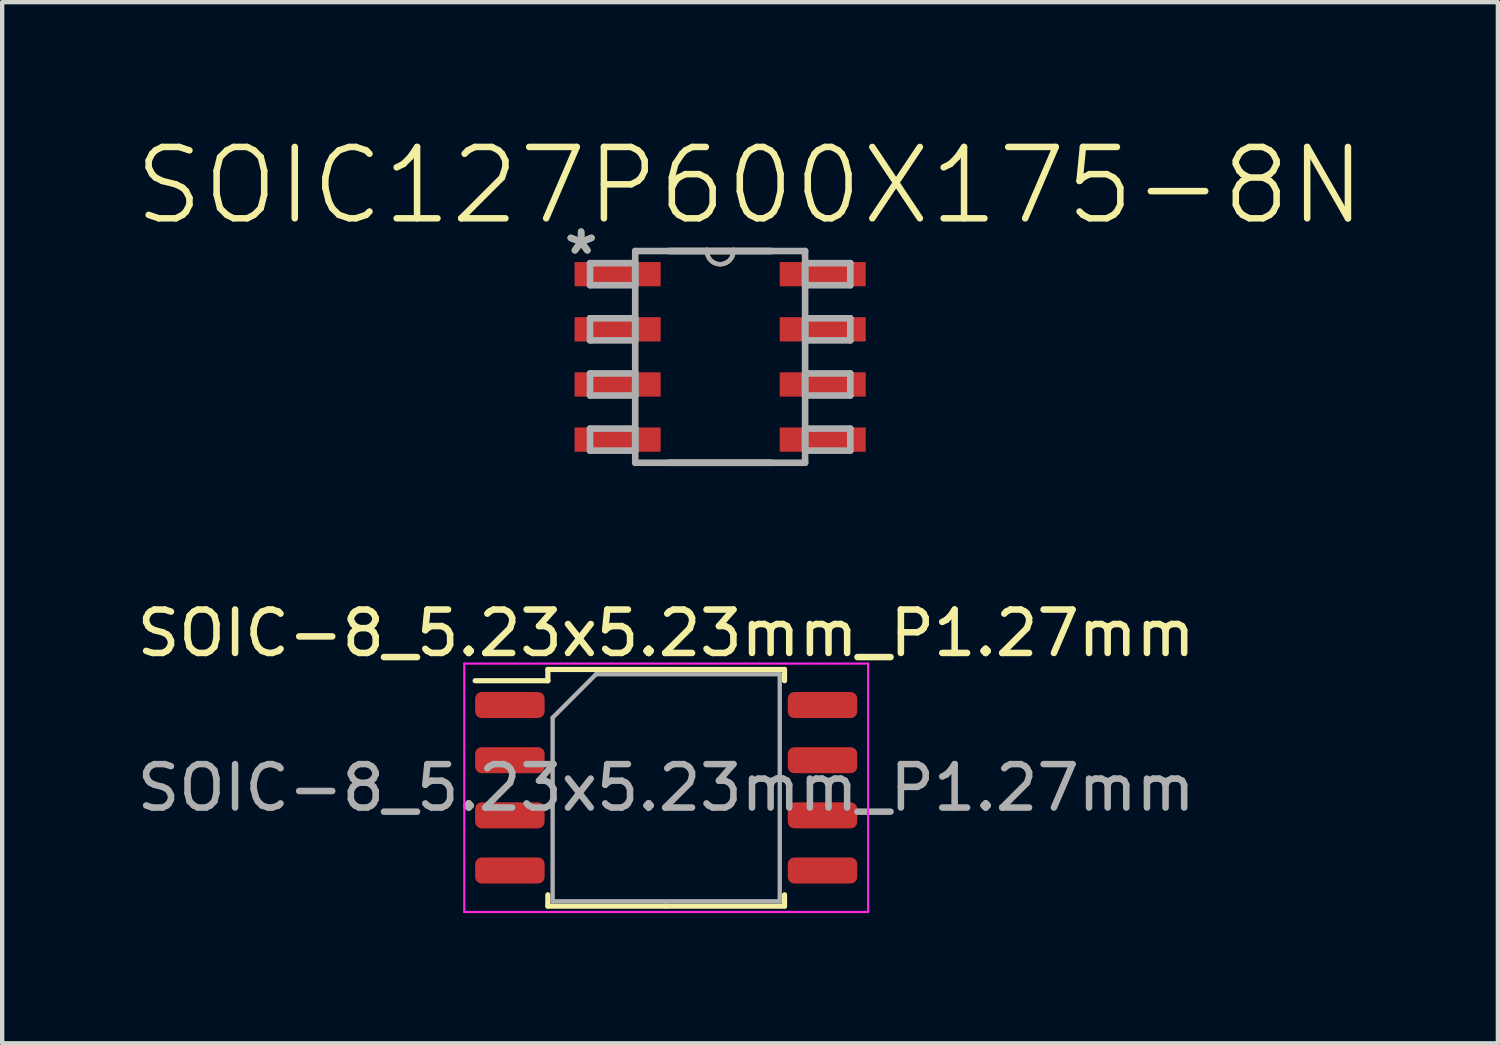
<source format=kicad_pcb>
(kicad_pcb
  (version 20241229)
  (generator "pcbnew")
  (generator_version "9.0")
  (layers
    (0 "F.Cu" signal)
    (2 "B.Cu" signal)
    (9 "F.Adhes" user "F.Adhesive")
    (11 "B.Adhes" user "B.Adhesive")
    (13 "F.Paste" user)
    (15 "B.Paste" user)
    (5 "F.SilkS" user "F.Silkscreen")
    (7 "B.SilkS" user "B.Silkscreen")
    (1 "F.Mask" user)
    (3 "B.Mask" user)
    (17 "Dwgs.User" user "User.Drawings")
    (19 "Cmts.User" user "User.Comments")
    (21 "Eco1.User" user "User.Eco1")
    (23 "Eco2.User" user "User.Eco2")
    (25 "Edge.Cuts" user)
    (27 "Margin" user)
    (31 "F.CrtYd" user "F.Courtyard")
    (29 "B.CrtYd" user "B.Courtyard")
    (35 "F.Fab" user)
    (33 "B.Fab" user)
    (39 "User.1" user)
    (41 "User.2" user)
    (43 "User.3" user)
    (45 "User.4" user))
  (footprint "SOIC127P600X175-8N"
    (layer "F.Cu")
    (at 13.535 5.169)
    (property "Reference" "SOIC127P600X175-8N" (at 0.687 -3.944 0) (layer "F.SilkS") (effects (font (size 1.643 1.643) (thickness 0.15))))
    (attr through_hole)
    (fp_line (start -1.168 2.438) (end 1.168 2.438) (stroke (width 0.152) (type solid)) (layer "F.SilkS"))
    (fp_line (start -0.305 -2.438) (end -1.168 -2.438) (stroke (width 0.152) (type solid)) (layer "F.SilkS"))
    (fp_line (start 0.305 -2.438) (end -0.305 -2.438) (stroke (width 0.152) (type solid)) (layer "F.SilkS"))
    (fp_line (start 1.168 -2.438) (end 0.305 -2.438) (stroke (width 0.152) (type solid)) (layer "F.SilkS"))
    (fp_arc (start 0.3048 -2.4384) (mid 0 -2.1336) (end -0.3048 -2.4384) (stroke (width 0.1) (type solid)) (layer "F.SilkS"))
    (fp_line (start -2.997 -2.159) (end -2.997 -1.651) (stroke (width 0.152) (type solid)) (layer "F.Fab"))
    (fp_line (start -2.997 -1.651) (end -1.956 -1.651) (stroke (width 0.152) (type solid)) (layer "F.Fab"))
    (fp_line (start -2.997 -0.889) (end -2.997 -0.381) (stroke (width 0.152) (type solid)) (layer "F.Fab"))
    (fp_line (start -2.997 -0.381) (end -1.956 -0.381) (stroke (width 0.152) (type solid)) (layer "F.Fab"))
    (fp_line (start -2.997 0.381) (end -2.997 0.889) (stroke (width 0.152) (type solid)) (layer "F.Fab"))
    (fp_line (start -2.997 0.889) (end -1.956 0.889) (stroke (width 0.152) (type solid)) (layer "F.Fab"))
    (fp_line (start -2.997 1.651) (end -2.997 2.159) (stroke (width 0.152) (type solid)) (layer "F.Fab"))
    (fp_line (start -2.997 2.159) (end -1.956 2.159) (stroke (width 0.152) (type solid)) (layer "F.Fab"))
    (fp_line (start -1.956 -2.438) (end -1.956 2.438) (stroke (width 0.152) (type solid)) (layer "F.Fab"))
    (fp_line (start -1.956 -2.159) (end -2.997 -2.159) (stroke (width 0.152) (type solid)) (layer "F.Fab"))
    (fp_line (start -1.956 -1.651) (end -1.956 -2.159) (stroke (width 0.152) (type solid)) (layer "F.Fab"))
    (fp_line (start -1.956 -0.889) (end -2.997 -0.889) (stroke (width 0.152) (type solid)) (layer "F.Fab"))
    (fp_line (start -1.956 -0.381) (end -1.956 -0.889) (stroke (width 0.152) (type solid)) (layer "F.Fab"))
    (fp_line (start -1.956 0.381) (end -2.997 0.381) (stroke (width 0.152) (type solid)) (layer "F.Fab"))
    (fp_line (start -1.956 0.889) (end -1.956 0.381) (stroke (width 0.152) (type solid)) (layer "F.Fab"))
    (fp_line (start -1.956 1.651) (end -2.997 1.651) (stroke (width 0.152) (type solid)) (layer "F.Fab"))
    (fp_line (start -1.956 2.159) (end -1.956 1.651) (stroke (width 0.152) (type solid)) (layer "F.Fab"))
    (fp_line (start -1.956 2.438) (end 1.956 2.438) (stroke (width 0.152) (type solid)) (layer "F.Fab"))
    (fp_line (start -0.305 -2.438) (end -1.956 -2.438) (stroke (width 0.152) (type solid)) (layer "F.Fab"))
    (fp_line (start 0.305 -2.438) (end -0.305 -2.438) (stroke (width 0.152) (type solid)) (layer "F.Fab"))
    (fp_line (start 1.956 -2.438) (end 0.305 -2.438) (stroke (width 0.152) (type solid)) (layer "F.Fab"))
    (fp_line (start 1.956 -2.159) (end 1.956 -1.651) (stroke (width 0.152) (type solid)) (layer "F.Fab"))
    (fp_line (start 1.956 -1.651) (end 2.997 -1.651) (stroke (width 0.152) (type solid)) (layer "F.Fab"))
    (fp_line (start 1.956 -0.889) (end 1.956 -0.381) (stroke (width 0.152) (type solid)) (layer "F.Fab"))
    (fp_line (start 1.956 -0.381) (end 2.997 -0.381) (stroke (width 0.152) (type solid)) (layer "F.Fab"))
    (fp_line (start 1.956 0.381) (end 1.956 0.889) (stroke (width 0.152) (type solid)) (layer "F.Fab"))
    (fp_line (start 1.956 0.889) (end 2.997 0.889) (stroke (width 0.152) (type solid)) (layer "F.Fab"))
    (fp_line (start 1.956 1.651) (end 1.956 2.159) (stroke (width 0.152) (type solid)) (layer "F.Fab"))
    (fp_line (start 1.956 2.159) (end 2.997 2.159) (stroke (width 0.152) (type solid)) (layer "F.Fab"))
    (fp_line (start 1.956 2.438) (end 1.956 -2.438) (stroke (width 0.152) (type solid)) (layer "F.Fab"))
    (fp_line (start 2.997 -2.159) (end 1.956 -2.159) (stroke (width 0.152) (type solid)) (layer "F.Fab"))
    (fp_line (start 2.997 -1.651) (end 2.997 -2.159) (stroke (width 0.152) (type solid)) (layer "F.Fab"))
    (fp_line (start 2.997 -0.889) (end 1.956 -0.889) (stroke (width 0.152) (type solid)) (layer "F.Fab"))
    (fp_line (start 2.997 -0.381) (end 2.997 -0.889) (stroke (width 0.152) (type solid)) (layer "F.Fab"))
    (fp_line (start 2.997 0.381) (end 1.956 0.381) (stroke (width 0.152) (type solid)) (layer "F.Fab"))
    (fp_line (start 2.997 0.889) (end 2.997 0.381) (stroke (width 0.152) (type solid)) (layer "F.Fab"))
    (fp_line (start 2.997 1.651) (end 1.956 1.651) (stroke (width 0.152) (type solid)) (layer "F.Fab"))
    (fp_line (start 2.997 2.159) (end 2.997 1.651) (stroke (width 0.152) (type solid)) (layer "F.Fab"))
    (fp_arc (start 0.3048 -2.4384) (mid 0 -2.1336) (end -0.3048 -2.4384) (stroke (width 0.1) (type solid)) (layer "F.Fab"))
    (fp_text user "*" (at -3.203 -2.339 0) (layer "F.SilkS") (effects (font (size 1.001 1.001) (thickness 0.15))))
    (fp_text user "*" (at -3.201 -2.337 0) (layer "F.Fab") (effects (font (size 1 1) (thickness 0.15))))
    (pad "1" smd rect (at -2.362 -1.905) (size 1.981 0.559) (layers "F.Cu" "F.Mask" "F.Paste"))
    (pad "2" smd rect (at -2.362 -0.635) (size 1.981 0.559) (layers "F.Cu" "F.Mask" "F.Paste"))
    (pad "3" smd rect (at -2.362 0.635) (size 1.981 0.559) (layers "F.Cu" "F.Mask" "F.Paste"))
    (pad "4" smd rect (at -2.362 1.905) (size 1.981 0.559) (layers "F.Cu" "F.Mask" "F.Paste"))
    (pad "5" smd rect (at 2.362 1.905) (size 1.981 0.559) (layers "F.Cu" "F.Mask" "F.Paste"))
    (pad "6" smd rect (at 2.362 0.635) (size 1.981 0.559) (layers "F.Cu" "F.Mask" "F.Paste"))
    (pad "7" smd rect (at 2.362 -0.635) (size 1.981 0.559) (layers "F.Cu" "F.Mask" "F.Paste"))
    (pad "8" smd rect (at 2.362 -1.905) (size 1.981 0.559) (layers "F.Cu" "F.Mask" "F.Paste")))
  (footprint "SOIC-8_5.23x5.23mm_P1.27mm"
    (layer "F.Cu")
    (at 12.292 15.092)
    (property "Reference" "SOIC-8_5.23x5.23mm_P1.27mm" (at 0 -3.56 0) (layer "F.SilkS") (effects (font (size 1 1) (thickness 0.15))))
    (attr smd)
    (fp_line (start -2.725 -2.725) (end -2.725 -2.465) (stroke (width 0.12) (type solid)) (layer "F.SilkS"))
    (fp_line (start -2.725 -2.465) (end -4.4 -2.465) (stroke (width 0.12) (type solid)) (layer "F.SilkS"))
    (fp_line (start -2.725 2.725) (end -2.725 2.465) (stroke (width 0.12) (type solid)) (layer "F.SilkS"))
    (fp_line (start 0 -2.725) (end -2.725 -2.725) (stroke (width 0.12) (type solid)) (layer "F.SilkS"))
    (fp_line (start 0 -2.725) (end 2.725 -2.725) (stroke (width 0.12) (type solid)) (layer "F.SilkS"))
    (fp_line (start 0 2.725) (end -2.725 2.725) (stroke (width 0.12) (type solid)) (layer "F.SilkS"))
    (fp_line (start 0 2.725) (end 2.725 2.725) (stroke (width 0.12) (type solid)) (layer "F.SilkS"))
    (fp_line (start 2.725 -2.725) (end 2.725 -2.465) (stroke (width 0.12) (type solid)) (layer "F.SilkS"))
    (fp_line (start 2.725 2.725) (end 2.725 2.465) (stroke (width 0.12) (type solid)) (layer "F.SilkS"))
    (fp_line (start -4.65 -2.86) (end -4.65 2.86) (stroke (width 0.05) (type solid)) (layer "F.CrtYd"))
    (fp_line (start -4.65 2.86) (end 4.65 2.86) (stroke (width 0.05) (type solid)) (layer "F.CrtYd"))
    (fp_line (start 4.65 -2.86) (end -4.65 -2.86) (stroke (width 0.05) (type solid)) (layer "F.CrtYd"))
    (fp_line (start 4.65 2.86) (end 4.65 -2.86) (stroke (width 0.05) (type solid)) (layer "F.CrtYd"))
    (fp_line (start -2.615 -1.615) (end -1.615 -2.615) (stroke (width 0.1) (type solid)) (layer "F.Fab"))
    (fp_line (start -2.615 2.615) (end -2.615 -1.615) (stroke (width 0.1) (type solid)) (layer "F.Fab"))
    (fp_line (start -1.615 -2.615) (end 2.615 -2.615) (stroke (width 0.1) (type solid)) (layer "F.Fab"))
    (fp_line (start 2.615 -2.615) (end 2.615 2.615) (stroke (width 0.1) (type solid)) (layer "F.Fab"))
    (fp_line (start 2.615 2.615) (end -2.615 2.615) (stroke (width 0.1) (type solid)) (layer "F.Fab"))
    (fp_text user "${REFERENCE}" (at 0 0 0) (layer "F.Fab") (effects (font (size 1 1) (thickness 0.15))))
    (pad "1" smd roundrect (at -3.6 -1.905) (size 1.6 0.6) (layers "F.Cu" "F.Mask" "F.Paste") (roundrect_rratio 0.25))
    (pad "2" smd roundrect (at -3.6 -0.635) (size 1.6 0.6) (layers "F.Cu" "F.Mask" "F.Paste") (roundrect_rratio 0.25))
    (pad "3" smd roundrect (at -3.6 0.635) (size 1.6 0.6) (layers "F.Cu" "F.Mask" "F.Paste") (roundrect_rratio 0.25))
    (pad "4" smd roundrect (at -3.6 1.905) (size 1.6 0.6) (layers "F.Cu" "F.Mask" "F.Paste") (roundrect_rratio 0.25))
    (pad "5" smd roundrect (at 3.6 1.905) (size 1.6 0.6) (layers "F.Cu" "F.Mask" "F.Paste") (roundrect_rratio 0.25))
    (pad "6" smd roundrect (at 3.6 0.635) (size 1.6 0.6) (layers "F.Cu" "F.Mask" "F.Paste") (roundrect_rratio 0.25))
    (pad "7" smd roundrect (at 3.6 -0.635) (size 1.6 0.6) (layers "F.Cu" "F.Mask" "F.Paste") (roundrect_rratio 0.25))
    (pad "8" smd roundrect (at 3.6 -1.905) (size 1.6 0.6) (layers "F.Cu" "F.Mask" "F.Paste") (roundrect_rratio 0.25)))
  (gr_rect
    (start -3 -3)
    (end 31.445 20.977)
    (stroke (width 0.1) (type default))
    (fill no)
    (layer "Edge.Cuts")))
</source>
